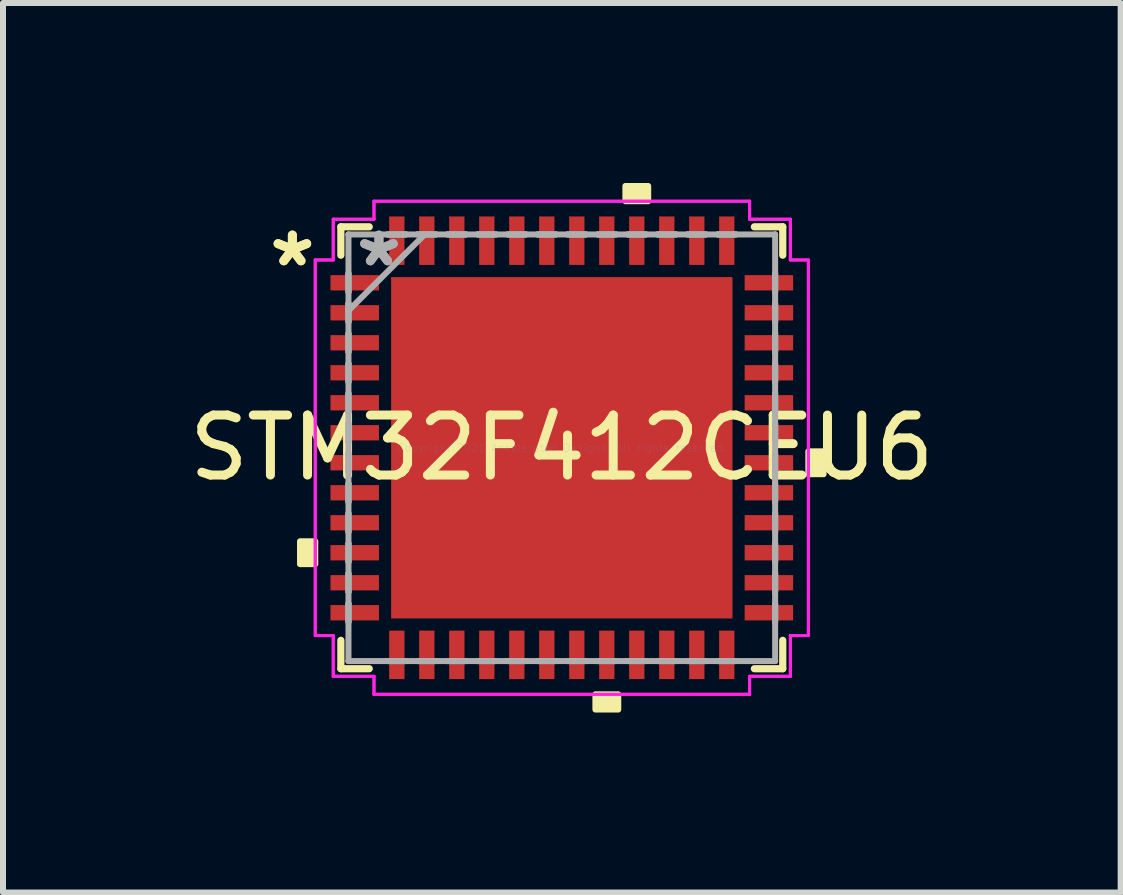
<source format=kicad_pcb>
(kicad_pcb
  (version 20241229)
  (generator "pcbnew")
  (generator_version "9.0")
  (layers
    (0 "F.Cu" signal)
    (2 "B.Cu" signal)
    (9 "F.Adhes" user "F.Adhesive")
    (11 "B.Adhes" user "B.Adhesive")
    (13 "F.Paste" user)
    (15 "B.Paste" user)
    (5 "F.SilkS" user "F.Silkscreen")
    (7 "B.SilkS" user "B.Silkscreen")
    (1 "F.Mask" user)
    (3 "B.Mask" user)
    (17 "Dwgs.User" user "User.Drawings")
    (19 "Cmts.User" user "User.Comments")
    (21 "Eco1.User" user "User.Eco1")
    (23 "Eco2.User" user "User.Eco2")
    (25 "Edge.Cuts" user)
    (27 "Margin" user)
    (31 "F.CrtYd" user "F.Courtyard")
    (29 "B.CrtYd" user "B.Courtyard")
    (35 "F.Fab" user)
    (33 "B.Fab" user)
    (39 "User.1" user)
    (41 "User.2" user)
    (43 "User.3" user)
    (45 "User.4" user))
  (footprint "STM32F412CEU6"
    (layer "F.Cu")
    (at 6.315 4.414)
    (property "Reference" "STM32F412CEU6" (at 0 0 0) (layer "F.SilkS") (effects (font (size 1 1) (thickness 0.15))))
    (attr through_hole)
    (fp_line (start -3.683 -3.683) (end -3.683 -3.21) (stroke (width 0.12) (type solid)) (layer "F.SilkS"))
    (fp_line (start -3.683 3.21) (end -3.683 3.683) (stroke (width 0.12) (type solid)) (layer "F.SilkS"))
    (fp_line (start -3.683 3.683) (end -3.21 3.683) (stroke (width 0.12) (type solid)) (layer "F.SilkS"))
    (fp_line (start -3.21 -3.683) (end -3.683 -3.683) (stroke (width 0.12) (type solid)) (layer "F.SilkS"))
    (fp_line (start 3.21 3.683) (end 3.683 3.683) (stroke (width 0.12) (type solid)) (layer "F.SilkS"))
    (fp_line (start 3.683 -3.683) (end 3.21 -3.683) (stroke (width 0.12) (type solid)) (layer "F.SilkS"))
    (fp_line (start 3.683 -3.21) (end 3.683 -3.683) (stroke (width 0.12) (type solid)) (layer "F.SilkS"))
    (fp_line (start 3.683 3.683) (end 3.683 3.21) (stroke (width 0.12) (type solid)) (layer "F.SilkS"))
    (fp_poly (pts (xy -4.364 1.559) (xy -4.364 1.94) (xy -4.11 1.94) (xy -4.11 1.559)) (stroke (width 0.1) (type solid)) (fill yes) (layer "F.SilkS"))
    (fp_poly (pts (xy 0.56 4.11) (xy 0.56 4.364) (xy 0.941 4.364) (xy 0.941 4.11)) (stroke (width 0.1) (type solid)) (fill yes) (layer "F.SilkS"))
    (fp_poly (pts (xy 1.06 -4.11) (xy 1.06 -4.364) (xy 1.44 -4.364) (xy 1.44 -4.11)) (stroke (width 0.1) (type solid)) (fill yes) (layer "F.SilkS"))
    (fp_poly (pts (xy 4.364 0.059) (xy 4.364 0.441) (xy 4.11 0.441) (xy 4.11 0.059)) (stroke (width 0.1) (type solid)) (fill yes) (layer "F.SilkS"))
    (fp_poly (pts (xy -2.745 -2.745) (xy -2.745 -1.522) (xy -1.522 -1.522) (xy -1.522 -2.745)) (stroke (width 0.1) (type solid)) (fill yes) (layer "F.Paste"))
    (fp_poly (pts (xy -2.745 -1.322) (xy -2.745 -0.1) (xy -1.522 -0.1) (xy -1.522 -1.322)) (stroke (width 0.1) (type solid)) (fill yes) (layer "F.Paste"))
    (fp_poly (pts (xy -2.745 0.1) (xy -2.745 1.322) (xy -1.522 1.322) (xy -1.522 0.1)) (stroke (width 0.1) (type solid)) (fill yes) (layer "F.Paste"))
    (fp_poly (pts (xy -2.745 1.522) (xy -2.745 2.745) (xy -1.522 2.745) (xy -1.522 1.522)) (stroke (width 0.1) (type solid)) (fill yes) (layer "F.Paste"))
    (fp_poly (pts (xy -1.322 -2.745) (xy -1.322 -1.522) (xy -0.1 -1.522) (xy -0.1 -2.745)) (stroke (width 0.1) (type solid)) (fill yes) (layer "F.Paste"))
    (fp_poly (pts (xy -1.322 -1.322) (xy -1.322 -0.1) (xy -0.1 -0.1) (xy -0.1 -1.322)) (stroke (width 0.1) (type solid)) (fill yes) (layer "F.Paste"))
    (fp_poly (pts (xy -1.322 0.1) (xy -1.322 1.322) (xy -0.1 1.322) (xy -0.1 0.1)) (stroke (width 0.1) (type solid)) (fill yes) (layer "F.Paste"))
    (fp_poly (pts (xy -1.322 1.522) (xy -1.322 2.745) (xy -0.1 2.745) (xy -0.1 1.522)) (stroke (width 0.1) (type solid)) (fill yes) (layer "F.Paste"))
    (fp_poly (pts (xy 0.1 -2.745) (xy 0.1 -1.522) (xy 1.322 -1.522) (xy 1.322 -2.745)) (stroke (width 0.1) (type solid)) (fill yes) (layer "F.Paste"))
    (fp_poly (pts (xy 0.1 -1.322) (xy 0.1 -0.1) (xy 1.322 -0.1) (xy 1.322 -1.322)) (stroke (width 0.1) (type solid)) (fill yes) (layer "F.Paste"))
    (fp_poly (pts (xy 0.1 0.1) (xy 0.1 1.322) (xy 1.322 1.322) (xy 1.322 0.1)) (stroke (width 0.1) (type solid)) (fill yes) (layer "F.Paste"))
    (fp_poly (pts (xy 0.1 1.522) (xy 0.1 2.745) (xy 1.322 2.745) (xy 1.322 1.522)) (stroke (width 0.1) (type solid)) (fill yes) (layer "F.Paste"))
    (fp_poly (pts (xy 1.522 -2.745) (xy 1.522 -1.522) (xy 2.745 -1.522) (xy 2.745 -2.745)) (stroke (width 0.1) (type solid)) (fill yes) (layer "F.Paste"))
    (fp_poly (pts (xy 1.522 -1.322) (xy 1.522 -0.1) (xy 2.745 -0.1) (xy 2.745 -1.322)) (stroke (width 0.1) (type solid)) (fill yes) (layer "F.Paste"))
    (fp_poly (pts (xy 1.522 0.1) (xy 1.522 1.322) (xy 2.745 1.322) (xy 2.745 0.1)) (stroke (width 0.1) (type solid)) (fill yes) (layer "F.Paste"))
    (fp_poly (pts (xy 1.522 1.522) (xy 1.522 2.745) (xy 2.745 2.745) (xy 2.745 1.522)) (stroke (width 0.1) (type solid)) (fill yes) (layer "F.Paste"))
    (fp_line (start -4.11 -3.131) (end -3.81 -3.131) (stroke (width 0.05) (type solid)) (layer "F.CrtYd"))
    (fp_line (start -4.11 -3.131) (end -3.81 -3.131) (stroke (width 0.05) (type solid)) (layer "F.CrtYd"))
    (fp_line (start -4.11 3.131) (end -4.11 -3.131) (stroke (width 0.05) (type solid)) (layer "F.CrtYd"))
    (fp_line (start -4.11 3.131) (end -4.11 -3.131) (stroke (width 0.05) (type solid)) (layer "F.CrtYd"))
    (fp_line (start -3.81 -3.81) (end -3.131 -3.81) (stroke (width 0.05) (type solid)) (layer "F.CrtYd"))
    (fp_line (start -3.81 -3.81) (end -3.131 -3.81) (stroke (width 0.05) (type solid)) (layer "F.CrtYd"))
    (fp_line (start -3.81 -3.131) (end -3.81 -3.81) (stroke (width 0.05) (type solid)) (layer "F.CrtYd"))
    (fp_line (start -3.81 -3.131) (end -3.81 -3.81) (stroke (width 0.05) (type solid)) (layer "F.CrtYd"))
    (fp_line (start -3.81 3.131) (end -4.11 3.131) (stroke (width 0.05) (type solid)) (layer "F.CrtYd"))
    (fp_line (start -3.81 3.131) (end -4.11 3.131) (stroke (width 0.05) (type solid)) (layer "F.CrtYd"))
    (fp_line (start -3.81 3.81) (end -3.81 3.131) (stroke (width 0.05) (type solid)) (layer "F.CrtYd"))
    (fp_line (start -3.81 3.81) (end -3.81 3.131) (stroke (width 0.05) (type solid)) (layer "F.CrtYd"))
    (fp_line (start -3.131 -4.11) (end 3.131 -4.11) (stroke (width 0.05) (type solid)) (layer "F.CrtYd"))
    (fp_line (start -3.131 -4.11) (end 3.131 -4.11) (stroke (width 0.05) (type solid)) (layer "F.CrtYd"))
    (fp_line (start -3.131 -3.81) (end -3.131 -4.11) (stroke (width 0.05) (type solid)) (layer "F.CrtYd"))
    (fp_line (start -3.131 -3.81) (end -3.131 -4.11) (stroke (width 0.05) (type solid)) (layer "F.CrtYd"))
    (fp_line (start -3.131 3.81) (end -3.81 3.81) (stroke (width 0.05) (type solid)) (layer "F.CrtYd"))
    (fp_line (start -3.131 3.81) (end -3.81 3.81) (stroke (width 0.05) (type solid)) (layer "F.CrtYd"))
    (fp_line (start -3.131 4.11) (end -3.131 3.81) (stroke (width 0.05) (type solid)) (layer "F.CrtYd"))
    (fp_line (start -3.131 4.11) (end -3.131 3.81) (stroke (width 0.05) (type solid)) (layer "F.CrtYd"))
    (fp_line (start 3.131 -4.11) (end 3.131 -3.81) (stroke (width 0.05) (type solid)) (layer "F.CrtYd"))
    (fp_line (start 3.131 -4.11) (end 3.131 -3.81) (stroke (width 0.05) (type solid)) (layer "F.CrtYd"))
    (fp_line (start 3.131 -3.81) (end 3.81 -3.81) (stroke (width 0.05) (type solid)) (layer "F.CrtYd"))
    (fp_line (start 3.131 -3.81) (end 3.81 -3.81) (stroke (width 0.05) (type solid)) (layer "F.CrtYd"))
    (fp_line (start 3.131 3.81) (end 3.131 4.11) (stroke (width 0.05) (type solid)) (layer "F.CrtYd"))
    (fp_line (start 3.131 3.81) (end 3.131 4.11) (stroke (width 0.05) (type solid)) (layer "F.CrtYd"))
    (fp_line (start 3.131 4.11) (end -3.131 4.11) (stroke (width 0.05) (type solid)) (layer "F.CrtYd"))
    (fp_line (start 3.131 4.11) (end -3.131 4.11) (stroke (width 0.05) (type solid)) (layer "F.CrtYd"))
    (fp_line (start 3.81 -3.81) (end 3.81 -3.131) (stroke (width 0.05) (type solid)) (layer "F.CrtYd"))
    (fp_line (start 3.81 -3.81) (end 3.81 -3.131) (stroke (width 0.05) (type solid)) (layer "F.CrtYd"))
    (fp_line (start 3.81 -3.131) (end 4.11 -3.131) (stroke (width 0.05) (type solid)) (layer "F.CrtYd"))
    (fp_line (start 3.81 -3.131) (end 4.11 -3.131) (stroke (width 0.05) (type solid)) (layer "F.CrtYd"))
    (fp_line (start 3.81 3.131) (end 3.81 3.81) (stroke (width 0.05) (type solid)) (layer "F.CrtYd"))
    (fp_line (start 3.81 3.131) (end 3.81 3.81) (stroke (width 0.05) (type solid)) (layer "F.CrtYd"))
    (fp_line (start 3.81 3.81) (end 3.131 3.81) (stroke (width 0.05) (type solid)) (layer "F.CrtYd"))
    (fp_line (start 3.81 3.81) (end 3.131 3.81) (stroke (width 0.05) (type solid)) (layer "F.CrtYd"))
    (fp_line (start 4.11 -3.131) (end 4.11 3.131) (stroke (width 0.05) (type solid)) (layer "F.CrtYd"))
    (fp_line (start 4.11 -3.131) (end 4.11 3.131) (stroke (width 0.05) (type solid)) (layer "F.CrtYd"))
    (fp_line (start 4.11 3.131) (end 3.81 3.131) (stroke (width 0.05) (type solid)) (layer "F.CrtYd"))
    (fp_line (start 4.11 3.131) (end 3.81 3.131) (stroke (width 0.05) (type solid)) (layer "F.CrtYd"))
    (fp_line (start -3.556 -3.556) (end -3.556 -3.556) (stroke (width 0.1) (type solid)) (layer "F.Fab"))
    (fp_line (start -3.556 -3.556) (end -3.556 3.556) (stroke (width 0.1) (type solid)) (layer "F.Fab"))
    (fp_line (start -3.556 -2.902) (end -3.556 -2.902) (stroke (width 0.1) (type solid)) (layer "F.Fab"))
    (fp_line (start -3.556 -2.902) (end -3.556 -2.598) (stroke (width 0.1) (type solid)) (layer "F.Fab"))
    (fp_line (start -3.556 -2.598) (end -3.556 -2.902) (stroke (width 0.1) (type solid)) (layer "F.Fab"))
    (fp_line (start -3.556 -2.598) (end -3.556 -2.598) (stroke (width 0.1) (type solid)) (layer "F.Fab"))
    (fp_line (start -3.556 -2.402) (end -3.556 -2.402) (stroke (width 0.1) (type solid)) (layer "F.Fab"))
    (fp_line (start -3.556 -2.402) (end -3.556 -2.098) (stroke (width 0.1) (type solid)) (layer "F.Fab"))
    (fp_line (start -3.556 -2.286) (end -2.286 -3.556) (stroke (width 0.1) (type solid)) (layer "F.Fab"))
    (fp_line (start -3.556 -2.098) (end -3.556 -2.402) (stroke (width 0.1) (type solid)) (layer "F.Fab"))
    (fp_line (start -3.556 -2.098) (end -3.556 -2.098) (stroke (width 0.1) (type solid)) (layer "F.Fab"))
    (fp_line (start -3.556 -1.902) (end -3.556 -1.902) (stroke (width 0.1) (type solid)) (layer "F.Fab"))
    (fp_line (start -3.556 -1.902) (end -3.556 -1.598) (stroke (width 0.1) (type solid)) (layer "F.Fab"))
    (fp_line (start -3.556 -1.598) (end -3.556 -1.902) (stroke (width 0.1) (type solid)) (layer "F.Fab"))
    (fp_line (start -3.556 -1.598) (end -3.556 -1.598) (stroke (width 0.1) (type solid)) (layer "F.Fab"))
    (fp_line (start -3.556 -1.402) (end -3.556 -1.402) (stroke (width 0.1) (type solid)) (layer "F.Fab"))
    (fp_line (start -3.556 -1.402) (end -3.556 -1.098) (stroke (width 0.1) (type solid)) (layer "F.Fab"))
    (fp_line (start -3.556 -1.098) (end -3.556 -1.402) (stroke (width 0.1) (type solid)) (layer "F.Fab"))
    (fp_line (start -3.556 -1.098) (end -3.556 -1.098) (stroke (width 0.1) (type solid)) (layer "F.Fab"))
    (fp_line (start -3.556 -0.902) (end -3.556 -0.902) (stroke (width 0.1) (type solid)) (layer "F.Fab"))
    (fp_line (start -3.556 -0.902) (end -3.556 -0.598) (stroke (width 0.1) (type solid)) (layer "F.Fab"))
    (fp_line (start -3.556 -0.598) (end -3.556 -0.902) (stroke (width 0.1) (type solid)) (layer "F.Fab"))
    (fp_line (start -3.556 -0.598) (end -3.556 -0.598) (stroke (width 0.1) (type solid)) (layer "F.Fab"))
    (fp_line (start -3.556 -0.402) (end -3.556 -0.402) (stroke (width 0.1) (type solid)) (layer "F.Fab"))
    (fp_line (start -3.556 -0.402) (end -3.556 -0.098) (stroke (width 0.1) (type solid)) (layer "F.Fab"))
    (fp_line (start -3.556 -0.098) (end -3.556 -0.402) (stroke (width 0.1) (type solid)) (layer "F.Fab"))
    (fp_line (start -3.556 -0.098) (end -3.556 -0.098) (stroke (width 0.1) (type solid)) (layer "F.Fab"))
    (fp_line (start -3.556 0.098) (end -3.556 0.098) (stroke (width 0.1) (type solid)) (layer "F.Fab"))
    (fp_line (start -3.556 0.098) (end -3.556 0.402) (stroke (width 0.1) (type solid)) (layer "F.Fab"))
    (fp_line (start -3.556 0.402) (end -3.556 0.098) (stroke (width 0.1) (type solid)) (layer "F.Fab"))
    (fp_line (start -3.556 0.402) (end -3.556 0.402) (stroke (width 0.1) (type solid)) (layer "F.Fab"))
    (fp_line (start -3.556 0.598) (end -3.556 0.598) (stroke (width 0.1) (type solid)) (layer "F.Fab"))
    (fp_line (start -3.556 0.598) (end -3.556 0.902) (stroke (width 0.1) (type solid)) (layer "F.Fab"))
    (fp_line (start -3.556 0.902) (end -3.556 0.598) (stroke (width 0.1) (type solid)) (layer "F.Fab"))
    (fp_line (start -3.556 0.902) (end -3.556 0.902) (stroke (width 0.1) (type solid)) (layer "F.Fab"))
    (fp_line (start -3.556 1.098) (end -3.556 1.098) (stroke (width 0.1) (type solid)) (layer "F.Fab"))
    (fp_line (start -3.556 1.098) (end -3.556 1.402) (stroke (width 0.1) (type solid)) (layer "F.Fab"))
    (fp_line (start -3.556 1.402) (end -3.556 1.098) (stroke (width 0.1) (type solid)) (layer "F.Fab"))
    (fp_line (start -3.556 1.402) (end -3.556 1.402) (stroke (width 0.1) (type solid)) (layer "F.Fab"))
    (fp_line (start -3.556 1.598) (end -3.556 1.598) (stroke (width 0.1) (type solid)) (layer "F.Fab"))
    (fp_line (start -3.556 1.598) (end -3.556 1.902) (stroke (width 0.1) (type solid)) (layer "F.Fab"))
    (fp_line (start -3.556 1.902) (end -3.556 1.598) (stroke (width 0.1) (type solid)) (layer "F.Fab"))
    (fp_line (start -3.556 1.902) (end -3.556 1.902) (stroke (width 0.1) (type solid)) (layer "F.Fab"))
    (fp_line (start -3.556 2.098) (end -3.556 2.098) (stroke (width 0.1) (type solid)) (layer "F.Fab"))
    (fp_line (start -3.556 2.098) (end -3.556 2.402) (stroke (width 0.1) (type solid)) (layer "F.Fab"))
    (fp_line (start -3.556 2.402) (end -3.556 2.098) (stroke (width 0.1) (type solid)) (layer "F.Fab"))
    (fp_line (start -3.556 2.402) (end -3.556 2.402) (stroke (width 0.1) (type solid)) (layer "F.Fab"))
    (fp_line (start -3.556 2.598) (end -3.556 2.598) (stroke (width 0.1) (type solid)) (layer "F.Fab"))
    (fp_line (start -3.556 2.598) (end -3.556 2.902) (stroke (width 0.1) (type solid)) (layer "F.Fab"))
    (fp_line (start -3.556 2.902) (end -3.556 2.598) (stroke (width 0.1) (type solid)) (layer "F.Fab"))
    (fp_line (start -3.556 2.902) (end -3.556 2.902) (stroke (width 0.1) (type solid)) (layer "F.Fab"))
    (fp_line (start -3.556 3.556) (end -3.556 3.556) (stroke (width 0.1) (type solid)) (layer "F.Fab"))
    (fp_line (start -3.556 3.556) (end 3.556 3.556) (stroke (width 0.1) (type solid)) (layer "F.Fab"))
    (fp_line (start -2.902 -3.556) (end -2.902 -3.556) (stroke (width 0.1) (type solid)) (layer "F.Fab"))
    (fp_line (start -2.902 -3.556) (end -2.598 -3.556) (stroke (width 0.1) (type solid)) (layer "F.Fab"))
    (fp_line (start -2.902 3.556) (end -2.902 3.556) (stroke (width 0.1) (type solid)) (layer "F.Fab"))
    (fp_line (start -2.902 3.556) (end -2.598 3.556) (stroke (width 0.1) (type solid)) (layer "F.Fab"))
    (fp_line (start -2.598 -3.556) (end -2.902 -3.556) (stroke (width 0.1) (type solid)) (layer "F.Fab"))
    (fp_line (start -2.598 -3.556) (end -2.598 -3.556) (stroke (width 0.1) (type solid)) (layer "F.Fab"))
    (fp_line (start -2.598 3.556) (end -2.902 3.556) (stroke (width 0.1) (type solid)) (layer "F.Fab"))
    (fp_line (start -2.598 3.556) (end -2.598 3.556) (stroke (width 0.1) (type solid)) (layer "F.Fab"))
    (fp_line (start -2.402 -3.556) (end -2.402 -3.556) (stroke (width 0.1) (type solid)) (layer "F.Fab"))
    (fp_line (start -2.402 -3.556) (end -2.098 -3.556) (stroke (width 0.1) (type solid)) (layer "F.Fab"))
    (fp_line (start -2.402 3.556) (end -2.402 3.556) (stroke (width 0.1) (type solid)) (layer "F.Fab"))
    (fp_line (start -2.402 3.556) (end -2.098 3.556) (stroke (width 0.1) (type solid)) (layer "F.Fab"))
    (fp_line (start -2.098 -3.556) (end -2.402 -3.556) (stroke (width 0.1) (type solid)) (layer "F.Fab"))
    (fp_line (start -2.098 -3.556) (end -2.098 -3.556) (stroke (width 0.1) (type solid)) (layer "F.Fab"))
    (fp_line (start -2.098 3.556) (end -2.402 3.556) (stroke (width 0.1) (type solid)) (layer "F.Fab"))
    (fp_line (start -2.098 3.556) (end -2.098 3.556) (stroke (width 0.1) (type solid)) (layer "F.Fab"))
    (fp_line (start -1.902 -3.556) (end -1.902 -3.556) (stroke (width 0.1) (type solid)) (layer "F.Fab"))
    (fp_line (start -1.902 -3.556) (end -1.598 -3.556) (stroke (width 0.1) (type solid)) (layer "F.Fab"))
    (fp_line (start -1.902 3.556) (end -1.902 3.556) (stroke (width 0.1) (type solid)) (layer "F.Fab"))
    (fp_line (start -1.902 3.556) (end -1.598 3.556) (stroke (width 0.1) (type solid)) (layer "F.Fab"))
    (fp_line (start -1.598 -3.556) (end -1.902 -3.556) (stroke (width 0.1) (type solid)) (layer "F.Fab"))
    (fp_line (start -1.598 -3.556) (end -1.598 -3.556) (stroke (width 0.1) (type solid)) (layer "F.Fab"))
    (fp_line (start -1.598 3.556) (end -1.902 3.556) (stroke (width 0.1) (type solid)) (layer "F.Fab"))
    (fp_line (start -1.598 3.556) (end -1.598 3.556) (stroke (width 0.1) (type solid)) (layer "F.Fab"))
    (fp_line (start -1.402 -3.556) (end -1.402 -3.556) (stroke (width 0.1) (type solid)) (layer "F.Fab"))
    (fp_line (start -1.402 -3.556) (end -1.098 -3.556) (stroke (width 0.1) (type solid)) (layer "F.Fab"))
    (fp_line (start -1.402 3.556) (end -1.402 3.556) (stroke (width 0.1) (type solid)) (layer "F.Fab"))
    (fp_line (start -1.402 3.556) (end -1.098 3.556) (stroke (width 0.1) (type solid)) (layer "F.Fab"))
    (fp_line (start -1.098 -3.556) (end -1.402 -3.556) (stroke (width 0.1) (type solid)) (layer "F.Fab"))
    (fp_line (start -1.098 -3.556) (end -1.098 -3.556) (stroke (width 0.1) (type solid)) (layer "F.Fab"))
    (fp_line (start -1.098 3.556) (end -1.402 3.556) (stroke (width 0.1) (type solid)) (layer "F.Fab"))
    (fp_line (start -1.098 3.556) (end -1.098 3.556) (stroke (width 0.1) (type solid)) (layer "F.Fab"))
    (fp_line (start -0.902 -3.556) (end -0.902 -3.556) (stroke (width 0.1) (type solid)) (layer "F.Fab"))
    (fp_line (start -0.902 -3.556) (end -0.598 -3.556) (stroke (width 0.1) (type solid)) (layer "F.Fab"))
    (fp_line (start -0.902 3.556) (end -0.902 3.556) (stroke (width 0.1) (type solid)) (layer "F.Fab"))
    (fp_line (start -0.902 3.556) (end -0.598 3.556) (stroke (width 0.1) (type solid)) (layer "F.Fab"))
    (fp_line (start -0.598 -3.556) (end -0.902 -3.556) (stroke (width 0.1) (type solid)) (layer "F.Fab"))
    (fp_line (start -0.598 -3.556) (end -0.598 -3.556) (stroke (width 0.1) (type solid)) (layer "F.Fab"))
    (fp_line (start -0.598 3.556) (end -0.902 3.556) (stroke (width 0.1) (type solid)) (layer "F.Fab"))
    (fp_line (start -0.598 3.556) (end -0.598 3.556) (stroke (width 0.1) (type solid)) (layer "F.Fab"))
    (fp_line (start -0.402 -3.556) (end -0.402 -3.556) (stroke (width 0.1) (type solid)) (layer "F.Fab"))
    (fp_line (start -0.402 -3.556) (end -0.098 -3.556) (stroke (width 0.1) (type solid)) (layer "F.Fab"))
    (fp_line (start -0.402 3.556) (end -0.402 3.556) (stroke (width 0.1) (type solid)) (layer "F.Fab"))
    (fp_line (start -0.402 3.556) (end -0.098 3.556) (stroke (width 0.1) (type solid)) (layer "F.Fab"))
    (fp_line (start -0.098 -3.556) (end -0.402 -3.556) (stroke (width 0.1) (type solid)) (layer "F.Fab"))
    (fp_line (start -0.098 -3.556) (end -0.098 -3.556) (stroke (width 0.1) (type solid)) (layer "F.Fab"))
    (fp_line (start -0.098 3.556) (end -0.402 3.556) (stroke (width 0.1) (type solid)) (layer "F.Fab"))
    (fp_line (start -0.098 3.556) (end -0.098 3.556) (stroke (width 0.1) (type solid)) (layer "F.Fab"))
    (fp_line (start 0.098 -3.556) (end 0.098 -3.556) (stroke (width 0.1) (type solid)) (layer "F.Fab"))
    (fp_line (start 0.098 -3.556) (end 0.402 -3.556) (stroke (width 0.1) (type solid)) (layer "F.Fab"))
    (fp_line (start 0.098 3.556) (end 0.098 3.556) (stroke (width 0.1) (type solid)) (layer "F.Fab"))
    (fp_line (start 0.098 3.556) (end 0.402 3.556) (stroke (width 0.1) (type solid)) (layer "F.Fab"))
    (fp_line (start 0.402 -3.556) (end 0.098 -3.556) (stroke (width 0.1) (type solid)) (layer "F.Fab"))
    (fp_line (start 0.402 -3.556) (end 0.402 -3.556) (stroke (width 0.1) (type solid)) (layer "F.Fab"))
    (fp_line (start 0.402 3.556) (end 0.098 3.556) (stroke (width 0.1) (type solid)) (layer "F.Fab"))
    (fp_line (start 0.402 3.556) (end 0.402 3.556) (stroke (width 0.1) (type solid)) (layer "F.Fab"))
    (fp_line (start 0.598 -3.556) (end 0.598 -3.556) (stroke (width 0.1) (type solid)) (layer "F.Fab"))
    (fp_line (start 0.598 -3.556) (end 0.902 -3.556) (stroke (width 0.1) (type solid)) (layer "F.Fab"))
    (fp_line (start 0.598 3.556) (end 0.598 3.556) (stroke (width 0.1) (type solid)) (layer "F.Fab"))
    (fp_line (start 0.598 3.556) (end 0.902 3.556) (stroke (width 0.1) (type solid)) (layer "F.Fab"))
    (fp_line (start 0.902 -3.556) (end 0.598 -3.556) (stroke (width 0.1) (type solid)) (layer "F.Fab"))
    (fp_line (start 0.902 -3.556) (end 0.902 -3.556) (stroke (width 0.1) (type solid)) (layer "F.Fab"))
    (fp_line (start 0.902 3.556) (end 0.598 3.556) (stroke (width 0.1) (type solid)) (layer "F.Fab"))
    (fp_line (start 0.902 3.556) (end 0.902 3.556) (stroke (width 0.1) (type solid)) (layer "F.Fab"))
    (fp_line (start 1.098 -3.556) (end 1.098 -3.556) (stroke (width 0.1) (type solid)) (layer "F.Fab"))
    (fp_line (start 1.098 -3.556) (end 1.402 -3.556) (stroke (width 0.1) (type solid)) (layer "F.Fab"))
    (fp_line (start 1.098 3.556) (end 1.098 3.556) (stroke (width 0.1) (type solid)) (layer "F.Fab"))
    (fp_line (start 1.098 3.556) (end 1.402 3.556) (stroke (width 0.1) (type solid)) (layer "F.Fab"))
    (fp_line (start 1.402 -3.556) (end 1.098 -3.556) (stroke (width 0.1) (type solid)) (layer "F.Fab"))
    (fp_line (start 1.402 -3.556) (end 1.402 -3.556) (stroke (width 0.1) (type solid)) (layer "F.Fab"))
    (fp_line (start 1.402 3.556) (end 1.098 3.556) (stroke (width 0.1) (type solid)) (layer "F.Fab"))
    (fp_line (start 1.402 3.556) (end 1.402 3.556) (stroke (width 0.1) (type solid)) (layer "F.Fab"))
    (fp_line (start 1.598 -3.556) (end 1.598 -3.556) (stroke (width 0.1) (type solid)) (layer "F.Fab"))
    (fp_line (start 1.598 -3.556) (end 1.902 -3.556) (stroke (width 0.1) (type solid)) (layer "F.Fab"))
    (fp_line (start 1.598 3.556) (end 1.598 3.556) (stroke (width 0.1) (type solid)) (layer "F.Fab"))
    (fp_line (start 1.598 3.556) (end 1.902 3.556) (stroke (width 0.1) (type solid)) (layer "F.Fab"))
    (fp_line (start 1.902 -3.556) (end 1.598 -3.556) (stroke (width 0.1) (type solid)) (layer "F.Fab"))
    (fp_line (start 1.902 -3.556) (end 1.902 -3.556) (stroke (width 0.1) (type solid)) (layer "F.Fab"))
    (fp_line (start 1.902 3.556) (end 1.598 3.556) (stroke (width 0.1) (type solid)) (layer "F.Fab"))
    (fp_line (start 1.902 3.556) (end 1.902 3.556) (stroke (width 0.1) (type solid)) (layer "F.Fab"))
    (fp_line (start 2.098 -3.556) (end 2.098 -3.556) (stroke (width 0.1) (type solid)) (layer "F.Fab"))
    (fp_line (start 2.098 -3.556) (end 2.402 -3.556) (stroke (width 0.1) (type solid)) (layer "F.Fab"))
    (fp_line (start 2.098 3.556) (end 2.098 3.556) (stroke (width 0.1) (type solid)) (layer "F.Fab"))
    (fp_line (start 2.098 3.556) (end 2.402 3.556) (stroke (width 0.1) (type solid)) (layer "F.Fab"))
    (fp_line (start 2.402 -3.556) (end 2.098 -3.556) (stroke (width 0.1) (type solid)) (layer "F.Fab"))
    (fp_line (start 2.402 -3.556) (end 2.402 -3.556) (stroke (width 0.1) (type solid)) (layer "F.Fab"))
    (fp_line (start 2.402 3.556) (end 2.098 3.556) (stroke (width 0.1) (type solid)) (layer "F.Fab"))
    (fp_line (start 2.402 3.556) (end 2.402 3.556) (stroke (width 0.1) (type solid)) (layer "F.Fab"))
    (fp_line (start 2.598 -3.556) (end 2.598 -3.556) (stroke (width 0.1) (type solid)) (layer "F.Fab"))
    (fp_line (start 2.598 -3.556) (end 2.902 -3.556) (stroke (width 0.1) (type solid)) (layer "F.Fab"))
    (fp_line (start 2.598 3.556) (end 2.598 3.556) (stroke (width 0.1) (type solid)) (layer "F.Fab"))
    (fp_line (start 2.598 3.556) (end 2.902 3.556) (stroke (width 0.1) (type solid)) (layer "F.Fab"))
    (fp_line (start 2.902 -3.556) (end 2.598 -3.556) (stroke (width 0.1) (type solid)) (layer "F.Fab"))
    (fp_line (start 2.902 -3.556) (end 2.902 -3.556) (stroke (width 0.1) (type solid)) (layer "F.Fab"))
    (fp_line (start 2.902 3.556) (end 2.598 3.556) (stroke (width 0.1) (type solid)) (layer "F.Fab"))
    (fp_line (start 2.902 3.556) (end 2.902 3.556) (stroke (width 0.1) (type solid)) (layer "F.Fab"))
    (fp_line (start 3.556 -3.556) (end -3.556 -3.556) (stroke (width 0.1) (type solid)) (layer "F.Fab"))
    (fp_line (start 3.556 -3.556) (end 3.556 -3.556) (stroke (width 0.1) (type solid)) (layer "F.Fab"))
    (fp_line (start 3.556 -2.902) (end 3.556 -2.902) (stroke (width 0.1) (type solid)) (layer "F.Fab"))
    (fp_line (start 3.556 -2.902) (end 3.556 -2.598) (stroke (width 0.1) (type solid)) (layer "F.Fab"))
    (fp_line (start 3.556 -2.598) (end 3.556 -2.902) (stroke (width 0.1) (type solid)) (layer "F.Fab"))
    (fp_line (start 3.556 -2.598) (end 3.556 -2.598) (stroke (width 0.1) (type solid)) (layer "F.Fab"))
    (fp_line (start 3.556 -2.402) (end 3.556 -2.402) (stroke (width 0.1) (type solid)) (layer "F.Fab"))
    (fp_line (start 3.556 -2.402) (end 3.556 -2.098) (stroke (width 0.1) (type solid)) (layer "F.Fab"))
    (fp_line (start 3.556 -2.098) (end 3.556 -2.402) (stroke (width 0.1) (type solid)) (layer "F.Fab"))
    (fp_line (start 3.556 -2.098) (end 3.556 -2.098) (stroke (width 0.1) (type solid)) (layer "F.Fab"))
    (fp_line (start 3.556 -1.902) (end 3.556 -1.902) (stroke (width 0.1) (type solid)) (layer "F.Fab"))
    (fp_line (start 3.556 -1.902) (end 3.556 -1.598) (stroke (width 0.1) (type solid)) (layer "F.Fab"))
    (fp_line (start 3.556 -1.598) (end 3.556 -1.902) (stroke (width 0.1) (type solid)) (layer "F.Fab"))
    (fp_line (start 3.556 -1.598) (end 3.556 -1.598) (stroke (width 0.1) (type solid)) (layer "F.Fab"))
    (fp_line (start 3.556 -1.402) (end 3.556 -1.402) (stroke (width 0.1) (type solid)) (layer "F.Fab"))
    (fp_line (start 3.556 -1.402) (end 3.556 -1.098) (stroke (width 0.1) (type solid)) (layer "F.Fab"))
    (fp_line (start 3.556 -1.098) (end 3.556 -1.402) (stroke (width 0.1) (type solid)) (layer "F.Fab"))
    (fp_line (start 3.556 -1.098) (end 3.556 -1.098) (stroke (width 0.1) (type solid)) (layer "F.Fab"))
    (fp_line (start 3.556 -0.902) (end 3.556 -0.902) (stroke (width 0.1) (type solid)) (layer "F.Fab"))
    (fp_line (start 3.556 -0.902) (end 3.556 -0.598) (stroke (width 0.1) (type solid)) (layer "F.Fab"))
    (fp_line (start 3.556 -0.598) (end 3.556 -0.902) (stroke (width 0.1) (type solid)) (layer "F.Fab"))
    (fp_line (start 3.556 -0.598) (end 3.556 -0.598) (stroke (width 0.1) (type solid)) (layer "F.Fab"))
    (fp_line (start 3.556 -0.402) (end 3.556 -0.402) (stroke (width 0.1) (type solid)) (layer "F.Fab"))
    (fp_line (start 3.556 -0.402) (end 3.556 -0.098) (stroke (width 0.1) (type solid)) (layer "F.Fab"))
    (fp_line (start 3.556 -0.098) (end 3.556 -0.402) (stroke (width 0.1) (type solid)) (layer "F.Fab"))
    (fp_line (start 3.556 -0.098) (end 3.556 -0.098) (stroke (width 0.1) (type solid)) (layer "F.Fab"))
    (fp_line (start 3.556 0.098) (end 3.556 0.098) (stroke (width 0.1) (type solid)) (layer "F.Fab"))
    (fp_line (start 3.556 0.098) (end 3.556 0.402) (stroke (width 0.1) (type solid)) (layer "F.Fab"))
    (fp_line (start 3.556 0.402) (end 3.556 0.098) (stroke (width 0.1) (type solid)) (layer "F.Fab"))
    (fp_line (start 3.556 0.402) (end 3.556 0.402) (stroke (width 0.1) (type solid)) (layer "F.Fab"))
    (fp_line (start 3.556 0.598) (end 3.556 0.598) (stroke (width 0.1) (type solid)) (layer "F.Fab"))
    (fp_line (start 3.556 0.598) (end 3.556 0.902) (stroke (width 0.1) (type solid)) (layer "F.Fab"))
    (fp_line (start 3.556 0.902) (end 3.556 0.598) (stroke (width 0.1) (type solid)) (layer "F.Fab"))
    (fp_line (start 3.556 0.902) (end 3.556 0.902) (stroke (width 0.1) (type solid)) (layer "F.Fab"))
    (fp_line (start 3.556 1.098) (end 3.556 1.098) (stroke (width 0.1) (type solid)) (layer "F.Fab"))
    (fp_line (start 3.556 1.098) (end 3.556 1.402) (stroke (width 0.1) (type solid)) (layer "F.Fab"))
    (fp_line (start 3.556 1.402) (end 3.556 1.098) (stroke (width 0.1) (type solid)) (layer "F.Fab"))
    (fp_line (start 3.556 1.402) (end 3.556 1.402) (stroke (width 0.1) (type solid)) (layer "F.Fab"))
    (fp_line (start 3.556 1.598) (end 3.556 1.598) (stroke (width 0.1) (type solid)) (layer "F.Fab"))
    (fp_line (start 3.556 1.598) (end 3.556 1.902) (stroke (width 0.1) (type solid)) (layer "F.Fab"))
    (fp_line (start 3.556 1.902) (end 3.556 1.598) (stroke (width 0.1) (type solid)) (layer "F.Fab"))
    (fp_line (start 3.556 1.902) (end 3.556 1.902) (stroke (width 0.1) (type solid)) (layer "F.Fab"))
    (fp_line (start 3.556 2.098) (end 3.556 2.098) (stroke (width 0.1) (type solid)) (layer "F.Fab"))
    (fp_line (start 3.556 2.098) (end 3.556 2.402) (stroke (width 0.1) (type solid)) (layer "F.Fab"))
    (fp_line (start 3.556 2.402) (end 3.556 2.098) (stroke (width 0.1) (type solid)) (layer "F.Fab"))
    (fp_line (start 3.556 2.402) (end 3.556 2.402) (stroke (width 0.1) (type solid)) (layer "F.Fab"))
    (fp_line (start 3.556 2.598) (end 3.556 2.598) (stroke (width 0.1) (type solid)) (layer "F.Fab"))
    (fp_line (start 3.556 2.598) (end 3.556 2.902) (stroke (width 0.1) (type solid)) (layer "F.Fab"))
    (fp_line (start 3.556 2.902) (end 3.556 2.598) (stroke (width 0.1) (type solid)) (layer "F.Fab"))
    (fp_line (start 3.556 2.902) (end 3.556 2.902) (stroke (width 0.1) (type solid)) (layer "F.Fab"))
    (fp_line (start 3.556 3.556) (end 3.556 -3.556) (stroke (width 0.1) (type solid)) (layer "F.Fab"))
    (fp_line (start 3.556 3.556) (end 3.556 3.556) (stroke (width 0.1) (type solid)) (layer "F.Fab"))
    (fp_text user "*" (at -4.491 -3 0) (layer "F.SilkS") (effects (font (size 1 1) (thickness 0.15))))
    (fp_text user "*" (at -4.491 -3 0) (layer "F.SilkS") (effects (font (size 1 1) (thickness 0.15))))
    (fp_text user "Copyright 2021 Accelerated Designs. All rights reserved." (at 0 0 0) (layer "Cmts.User") (effects (font (size 0.127 0.127) (thickness 0.002))))
    (fp_text user "*" (at -3.048 -3 0) (layer "F.Fab") (effects (font (size 1 1) (thickness 0.15))))
    (fp_text user "*" (at -3.048 -3 0) (layer "F.Fab") (effects (font (size 1 1) (thickness 0.15))))
    (pad "1" smd rect (at -3.452 -2.75 90) (size 0.255 0.808) (layers "F.Cu" "F.Mask" "F.Paste"))
    (pad "2" smd rect (at -3.452 -2.25 90) (size 0.255 0.808) (layers "F.Cu" "F.Mask" "F.Paste"))
    (pad "3" smd rect (at -3.452 -1.75 90) (size 0.255 0.808) (layers "F.Cu" "F.Mask" "F.Paste"))
    (pad "4" smd rect (at -3.452 -1.25 90) (size 0.255 0.808) (layers "F.Cu" "F.Mask" "F.Paste"))
    (pad "5" smd rect (at -3.452 -0.75 90) (size 0.255 0.808) (layers "F.Cu" "F.Mask" "F.Paste"))
    (pad "6" smd rect (at -3.452 -0.25 90) (size 0.255 0.808) (layers "F.Cu" "F.Mask" "F.Paste"))
    (pad "7" smd rect (at -3.452 0.25 90) (size 0.255 0.808) (layers "F.Cu" "F.Mask" "F.Paste"))
    (pad "8" smd rect (at -3.452 0.75 90) (size 0.255 0.808) (layers "F.Cu" "F.Mask" "F.Paste"))
    (pad "9" smd rect (at -3.452 1.25 90) (size 0.255 0.808) (layers "F.Cu" "F.Mask" "F.Paste"))
    (pad "10" smd rect (at -3.452 1.75 90) (size 0.255 0.808) (layers "F.Cu" "F.Mask" "F.Paste"))
    (pad "11" smd rect (at -3.452 2.25 90) (size 0.255 0.808) (layers "F.Cu" "F.Mask" "F.Paste"))
    (pad "12" smd rect (at -3.452 2.75 90) (size 0.255 0.808) (layers "F.Cu" "F.Mask" "F.Paste"))
    (pad "13" smd rect (at -2.75 3.452) (size 0.255 0.808) (layers "F.Cu" "F.Mask" "F.Paste"))
    (pad "14" smd rect (at -2.25 3.452) (size 0.255 0.808) (layers "F.Cu" "F.Mask" "F.Paste"))
    (pad "15" smd rect (at -1.75 3.452) (size 0.255 0.808) (layers "F.Cu" "F.Mask" "F.Paste"))
    (pad "16" smd rect (at -1.25 3.452) (size 0.255 0.808) (layers "F.Cu" "F.Mask" "F.Paste"))
    (pad "17" smd rect (at -0.75 3.452) (size 0.255 0.808) (layers "F.Cu" "F.Mask" "F.Paste"))
    (pad "18" smd rect (at -0.25 3.452) (size 0.255 0.808) (layers "F.Cu" "F.Mask" "F.Paste"))
    (pad "19" smd rect (at 0.25 3.452) (size 0.255 0.808) (layers "F.Cu" "F.Mask" "F.Paste"))
    (pad "20" smd rect (at 0.75 3.452) (size 0.255 0.808) (layers "F.Cu" "F.Mask" "F.Paste"))
    (pad "21" smd rect (at 1.25 3.452) (size 0.255 0.808) (layers "F.Cu" "F.Mask" "F.Paste"))
    (pad "22" smd rect (at 1.75 3.452) (size 0.255 0.808) (layers "F.Cu" "F.Mask" "F.Paste"))
    (pad "23" smd rect (at 2.25 3.452) (size 0.255 0.808) (layers "F.Cu" "F.Mask" "F.Paste"))
    (pad "24" smd rect (at 2.75 3.452) (size 0.255 0.808) (layers "F.Cu" "F.Mask" "F.Paste"))
    (pad "25" smd rect (at 3.452 2.75 90) (size 0.255 0.808) (layers "F.Cu" "F.Mask" "F.Paste"))
    (pad "26" smd rect (at 3.452 2.25 90) (size 0.255 0.808) (layers "F.Cu" "F.Mask" "F.Paste"))
    (pad "27" smd rect (at 3.452 1.75 90) (size 0.255 0.808) (layers "F.Cu" "F.Mask" "F.Paste"))
    (pad "28" smd rect (at 3.452 1.25 90) (size 0.255 0.808) (layers "F.Cu" "F.Mask" "F.Paste"))
    (pad "29" smd rect (at 3.452 0.75 90) (size 0.255 0.808) (layers "F.Cu" "F.Mask" "F.Paste"))
    (pad "30" smd rect (at 3.452 0.25 90) (size 0.255 0.808) (layers "F.Cu" "F.Mask" "F.Paste"))
    (pad "31" smd rect (at 3.452 -0.25 90) (size 0.255 0.808) (layers "F.Cu" "F.Mask" "F.Paste"))
    (pad "32" smd rect (at 3.452 -0.75 90) (size 0.255 0.808) (layers "F.Cu" "F.Mask" "F.Paste"))
    (pad "33" smd rect (at 3.452 -1.25 90) (size 0.255 0.808) (layers "F.Cu" "F.Mask" "F.Paste"))
    (pad "34" smd rect (at 3.452 -1.75 90) (size 0.255 0.808) (layers "F.Cu" "F.Mask" "F.Paste"))
    (pad "35" smd rect (at 3.452 -2.25 90) (size 0.255 0.808) (layers "F.Cu" "F.Mask" "F.Paste"))
    (pad "36" smd rect (at 3.452 -2.75 90) (size 0.255 0.808) (layers "F.Cu" "F.Mask" "F.Paste"))
    (pad "37" smd rect (at 2.75 -3.452) (size 0.255 0.808) (layers "F.Cu" "F.Mask" "F.Paste"))
    (pad "38" smd rect (at 2.25 -3.452) (size 0.255 0.808) (layers "F.Cu" "F.Mask" "F.Paste"))
    (pad "39" smd rect (at 1.75 -3.452) (size 0.255 0.808) (layers "F.Cu" "F.Mask" "F.Paste"))
    (pad "40" smd rect (at 1.25 -3.452) (size 0.255 0.808) (layers "F.Cu" "F.Mask" "F.Paste"))
    (pad "41" smd rect (at 0.75 -3.452) (size 0.255 0.808) (layers "F.Cu" "F.Mask" "F.Paste"))
    (pad "42" smd rect (at 0.25 -3.452) (size 0.255 0.808) (layers "F.Cu" "F.Mask" "F.Paste"))
    (pad "43" smd rect (at -0.25 -3.452) (size 0.255 0.808) (layers "F.Cu" "F.Mask" "F.Paste"))
    (pad "44" smd rect (at -0.75 -3.452) (size 0.255 0.808) (layers "F.Cu" "F.Mask" "F.Paste"))
    (pad "45" smd rect (at -1.25 -3.452) (size 0.255 0.808) (layers "F.Cu" "F.Mask" "F.Paste"))
    (pad "46" smd rect (at -1.75 -3.452) (size 0.255 0.808) (layers "F.Cu" "F.Mask" "F.Paste"))
    (pad "47" smd rect (at -2.25 -3.452) (size 0.255 0.808) (layers "F.Cu" "F.Mask" "F.Paste"))
    (pad "48" smd rect (at -2.75 -3.452) (size 0.255 0.808) (layers "F.Cu" "F.Mask" "F.Paste"))
    (pad "49" smd rect (at 0 0) (size 5.69 5.69) (layers "F.Cu" "F.Mask")))
  (gr_rect
    (start -3 -3)
    (end 15.631 11.828)
    (stroke (width 0.1) (type default))
    (fill no)
    (layer "Edge.Cuts")))
</source>
